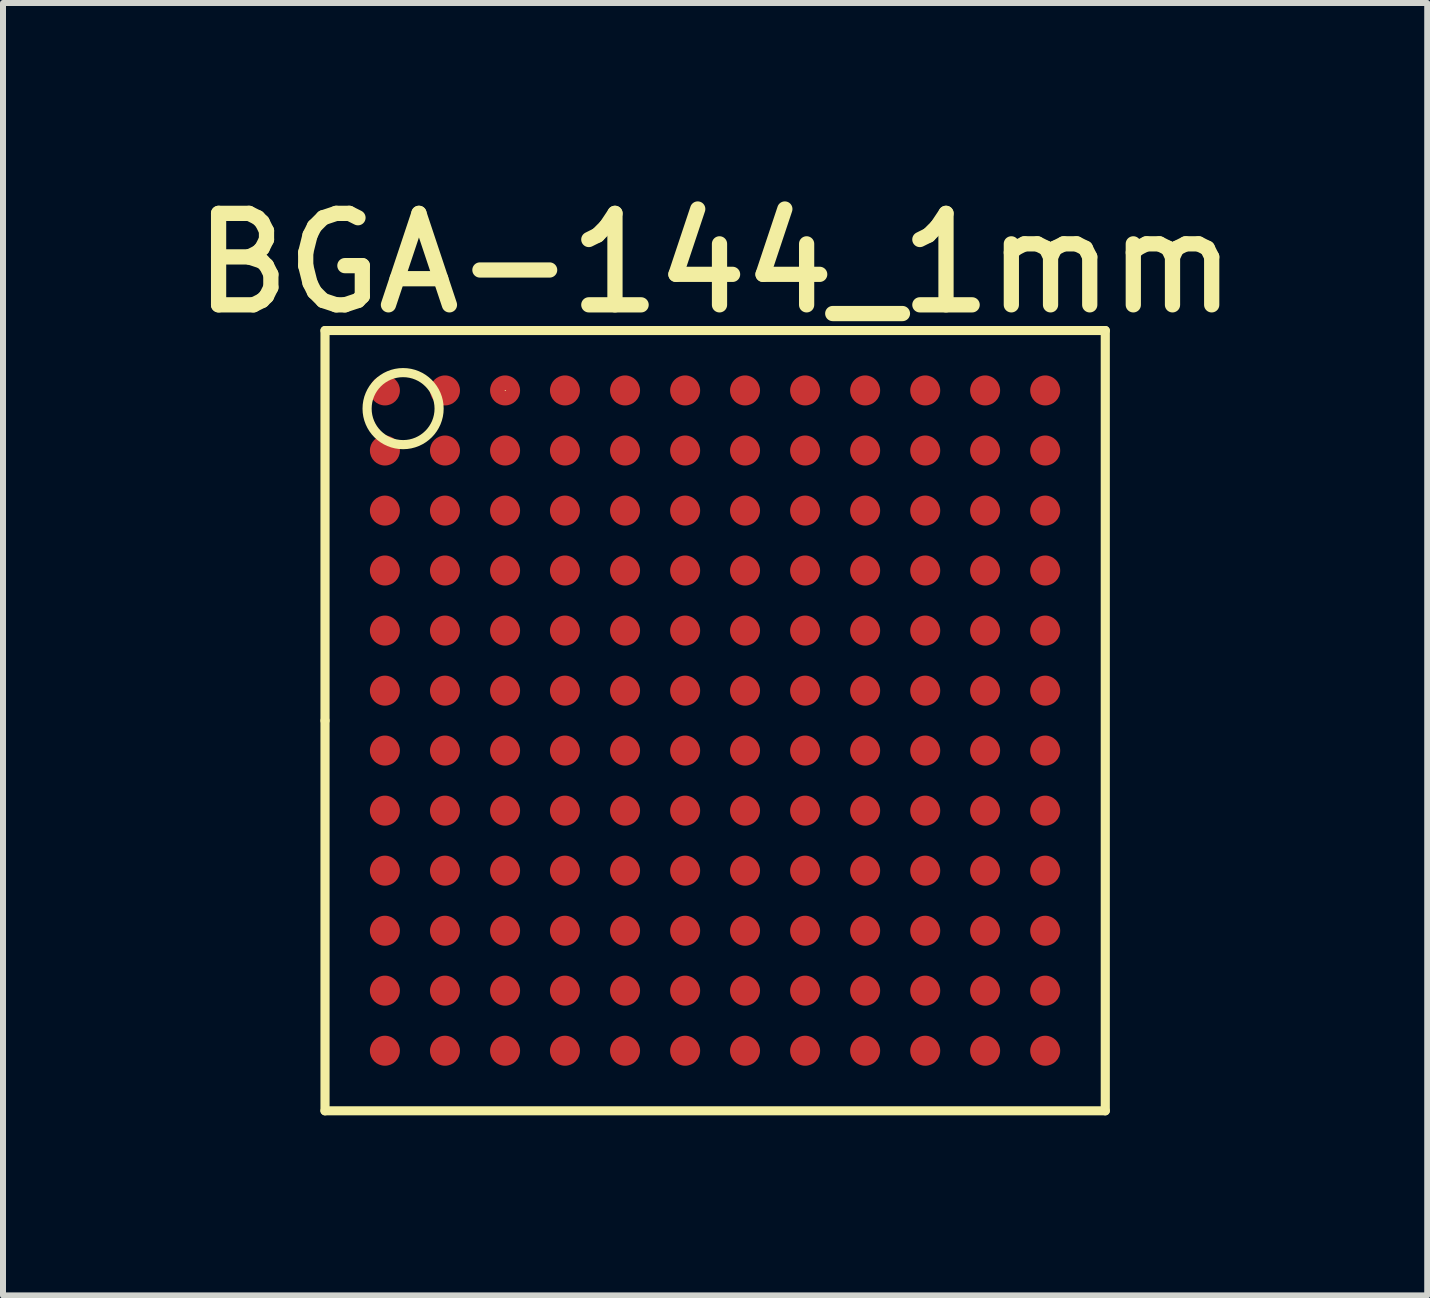
<source format=kicad_pcb>
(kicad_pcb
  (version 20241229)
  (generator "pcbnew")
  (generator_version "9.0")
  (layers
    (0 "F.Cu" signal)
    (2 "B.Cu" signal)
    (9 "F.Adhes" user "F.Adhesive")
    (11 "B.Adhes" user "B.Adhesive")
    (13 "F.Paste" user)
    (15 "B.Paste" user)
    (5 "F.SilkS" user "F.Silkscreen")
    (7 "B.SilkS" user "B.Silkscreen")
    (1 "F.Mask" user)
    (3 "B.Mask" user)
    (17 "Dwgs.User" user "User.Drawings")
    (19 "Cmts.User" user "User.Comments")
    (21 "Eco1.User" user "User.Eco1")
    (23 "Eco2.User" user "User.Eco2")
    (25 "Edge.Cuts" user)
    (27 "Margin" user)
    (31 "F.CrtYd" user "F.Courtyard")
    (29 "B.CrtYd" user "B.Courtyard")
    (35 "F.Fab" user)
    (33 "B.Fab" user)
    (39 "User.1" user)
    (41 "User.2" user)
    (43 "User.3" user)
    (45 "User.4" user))
  (footprint "BGA-144_1mm"
    (layer "F.Cu")
    (at 8.865 8.957)
    (property "Reference" "BGA-144_1mm" (at 0 -7.62 0) (layer "F.SilkS") (effects (font (size 1.524 1.524) (thickness 0.254))))
    (attr smd)
    (fp_line (start -6.5 -6.5) (end 6.5 -6.5) (stroke (width 0.152) (type solid)) (layer "F.SilkS"))
    (fp_line (start -6.5 0) (end -6.5 -6.5) (stroke (width 0.152) (type solid)) (layer "F.SilkS"))
    (fp_line (start -6.5 6.5) (end -6.5 0) (stroke (width 0.152) (type solid)) (layer "F.SilkS"))
    (fp_line (start -3.5 -5.502) (end -3.49 -5.502) (stroke (width 0.013) (type solid)) (layer "F.SilkS"))
    (fp_line (start 6.5 -6.5) (end 6.5 6.5) (stroke (width 0.152) (type solid)) (layer "F.SilkS"))
    (fp_line (start 6.5 6.5) (end -6.5 6.5) (stroke (width 0.152) (type solid)) (layer "F.SilkS"))
    (fp_circle (center -5.199 -5.199) (end -5.199 -5.799) (stroke (width 0.152) (type solid)) (fill no) (layer "F.SilkS"))
    (pad "A1" smd circle (at -5.502 -5.502) (size 0.5 0.5) (layers "F.Cu" "F.Mask" "F.Paste"))
    (pad "A2" smd circle (at -4.501 -5.502) (size 0.5 0.5) (layers "F.Cu" "F.Mask" "F.Paste"))
    (pad "A3" smd circle (at -3.5 -5.502) (size 0.5 0.5) (layers "F.Cu" "F.Mask" "F.Paste"))
    (pad "A4" smd circle (at -2.502 -5.502) (size 0.5 0.5) (layers "F.Cu" "F.Mask" "F.Paste"))
    (pad "A5" smd circle (at -1.501 -5.502) (size 0.5 0.5) (layers "F.Cu" "F.Mask" "F.Paste"))
    (pad "A6" smd circle (at -0.5 -5.502) (size 0.5 0.5) (layers "F.Cu" "F.Mask" "F.Paste"))
    (pad "A7" smd circle (at 0.498 -5.502) (size 0.5 0.5) (layers "F.Cu" "F.Mask" "F.Paste"))
    (pad "A8" smd circle (at 1.499 -5.502) (size 0.5 0.5) (layers "F.Cu" "F.Mask" "F.Paste"))
    (pad "A9" smd circle (at 2.499 -5.502) (size 0.5 0.5) (layers "F.Cu" "F.Mask" "F.Paste"))
    (pad "A10" smd circle (at 3.5 -5.502) (size 0.5 0.5) (layers "F.Cu" "F.Mask" "F.Paste"))
    (pad "A11" smd circle (at 4.498 -5.502) (size 0.5 0.5) (layers "F.Cu" "F.Mask" "F.Paste"))
    (pad "A12" smd circle (at 5.499 -5.502) (size 0.5 0.5) (layers "F.Cu" "F.Mask" "F.Paste"))
    (pad "B1" smd circle (at -5.502 -4.501) (size 0.5 0.5) (layers "F.Cu" "F.Mask" "F.Paste"))
    (pad "B2" smd circle (at -4.501 -4.501) (size 0.5 0.5) (layers "F.Cu" "F.Mask" "F.Paste"))
    (pad "B3" smd circle (at -3.5 -4.501) (size 0.5 0.5) (layers "F.Cu" "F.Mask" "F.Paste"))
    (pad "B4" smd circle (at -2.502 -4.501) (size 0.5 0.5) (layers "F.Cu" "F.Mask" "F.Paste"))
    (pad "B5" smd circle (at -1.501 -4.501) (size 0.5 0.5) (layers "F.Cu" "F.Mask" "F.Paste"))
    (pad "B6" smd circle (at -0.5 -4.501) (size 0.5 0.5) (layers "F.Cu" "F.Mask" "F.Paste"))
    (pad "B7" smd circle (at 0.498 -4.501) (size 0.5 0.5) (layers "F.Cu" "F.Mask" "F.Paste"))
    (pad "B8" smd circle (at 1.499 -4.501) (size 0.5 0.5) (layers "F.Cu" "F.Mask" "F.Paste"))
    (pad "B9" smd circle (at 2.499 -4.501) (size 0.5 0.5) (layers "F.Cu" "F.Mask" "F.Paste"))
    (pad "B10" smd circle (at 3.5 -4.501) (size 0.5 0.5) (layers "F.Cu" "F.Mask" "F.Paste"))
    (pad "B11" smd circle (at 4.498 -4.501) (size 0.5 0.5) (layers "F.Cu" "F.Mask" "F.Paste"))
    (pad "B12" smd circle (at 5.499 -4.501) (size 0.5 0.5) (layers "F.Cu" "F.Mask" "F.Paste"))
    (pad "C1" smd circle (at -5.502 -3.5) (size 0.5 0.5) (layers "F.Cu" "F.Mask" "F.Paste"))
    (pad "C2" smd circle (at -4.501 -3.5) (size 0.5 0.5) (layers "F.Cu" "F.Mask" "F.Paste"))
    (pad "C3" smd circle (at -3.5 -3.5) (size 0.5 0.5) (layers "F.Cu" "F.Mask" "F.Paste"))
    (pad "C4" smd circle (at -2.502 -3.5) (size 0.5 0.5) (layers "F.Cu" "F.Mask" "F.Paste"))
    (pad "C5" smd circle (at -1.501 -3.5) (size 0.5 0.5) (layers "F.Cu" "F.Mask" "F.Paste"))
    (pad "C6" smd circle (at -0.5 -3.5) (size 0.5 0.5) (layers "F.Cu" "F.Mask" "F.Paste"))
    (pad "C7" smd circle (at 0.498 -3.5) (size 0.5 0.5) (layers "F.Cu" "F.Mask" "F.Paste"))
    (pad "C8" smd circle (at 1.499 -3.5) (size 0.5 0.5) (layers "F.Cu" "F.Mask" "F.Paste"))
    (pad "C9" smd circle (at 2.499 -3.5) (size 0.5 0.5) (layers "F.Cu" "F.Mask" "F.Paste"))
    (pad "C10" smd circle (at 3.5 -3.5) (size 0.5 0.5) (layers "F.Cu" "F.Mask" "F.Paste"))
    (pad "C11" smd circle (at 4.498 -3.5) (size 0.5 0.5) (layers "F.Cu" "F.Mask" "F.Paste"))
    (pad "C12" smd circle (at 5.499 -3.5) (size 0.5 0.5) (layers "F.Cu" "F.Mask" "F.Paste"))
    (pad "D1" smd circle (at -5.502 -2.502) (size 0.5 0.5) (layers "F.Cu" "F.Mask" "F.Paste"))
    (pad "D2" smd circle (at -4.501 -2.502) (size 0.5 0.5) (layers "F.Cu" "F.Mask" "F.Paste"))
    (pad "D3" smd circle (at -3.5 -2.502) (size 0.5 0.5) (layers "F.Cu" "F.Mask" "F.Paste"))
    (pad "D4" smd circle (at -2.502 -2.502) (size 0.5 0.5) (layers "F.Cu" "F.Mask" "F.Paste"))
    (pad "D5" smd circle (at -1.501 -2.502) (size 0.5 0.5) (layers "F.Cu" "F.Mask" "F.Paste"))
    (pad "D6" smd circle (at -0.5 -2.502) (size 0.5 0.5) (layers "F.Cu" "F.Mask" "F.Paste"))
    (pad "D7" smd circle (at 0.498 -2.502) (size 0.5 0.5) (layers "F.Cu" "F.Mask" "F.Paste"))
    (pad "D8" smd circle (at 1.499 -2.502) (size 0.5 0.5) (layers "F.Cu" "F.Mask" "F.Paste"))
    (pad "D9" smd circle (at 2.499 -2.502) (size 0.5 0.5) (layers "F.Cu" "F.Mask" "F.Paste"))
    (pad "D10" smd circle (at 3.5 -2.502) (size 0.5 0.5) (layers "F.Cu" "F.Mask" "F.Paste"))
    (pad "D11" smd circle (at 4.498 -2.502) (size 0.5 0.5) (layers "F.Cu" "F.Mask" "F.Paste"))
    (pad "D12" smd circle (at 5.499 -2.502) (size 0.5 0.5) (layers "F.Cu" "F.Mask" "F.Paste"))
    (pad "E1" smd circle (at -5.502 -1.501) (size 0.5 0.5) (layers "F.Cu" "F.Mask" "F.Paste"))
    (pad "E2" smd circle (at -4.501 -1.501) (size 0.5 0.5) (layers "F.Cu" "F.Mask" "F.Paste"))
    (pad "E3" smd circle (at -3.5 -1.501) (size 0.5 0.5) (layers "F.Cu" "F.Mask" "F.Paste"))
    (pad "E4" smd circle (at -2.502 -1.501) (size 0.5 0.5) (layers "F.Cu" "F.Mask" "F.Paste"))
    (pad "E5" smd circle (at -1.501 -1.501) (size 0.5 0.5) (layers "F.Cu" "F.Mask" "F.Paste"))
    (pad "E6" smd circle (at -0.5 -1.501) (size 0.5 0.5) (layers "F.Cu" "F.Mask" "F.Paste"))
    (pad "E7" smd circle (at 0.498 -1.501) (size 0.5 0.5) (layers "F.Cu" "F.Mask" "F.Paste"))
    (pad "E8" smd circle (at 1.499 -1.501) (size 0.5 0.5) (layers "F.Cu" "F.Mask" "F.Paste"))
    (pad "E9" smd circle (at 2.499 -1.501) (size 0.5 0.5) (layers "F.Cu" "F.Mask" "F.Paste"))
    (pad "E10" smd circle (at 3.5 -1.501) (size 0.5 0.5) (layers "F.Cu" "F.Mask" "F.Paste"))
    (pad "E11" smd circle (at 4.498 -1.501) (size 0.5 0.5) (layers "F.Cu" "F.Mask" "F.Paste"))
    (pad "E12" smd circle (at 5.499 -1.501) (size 0.5 0.5) (layers "F.Cu" "F.Mask" "F.Paste"))
    (pad "F1" smd circle (at -5.502 -0.5) (size 0.5 0.5) (layers "F.Cu" "F.Mask" "F.Paste"))
    (pad "F2" smd circle (at -4.501 -0.5) (size 0.5 0.5) (layers "F.Cu" "F.Mask" "F.Paste"))
    (pad "F3" smd circle (at -3.5 -0.5) (size 0.5 0.5) (layers "F.Cu" "F.Mask" "F.Paste"))
    (pad "F4" smd circle (at -2.502 -0.5) (size 0.5 0.5) (layers "F.Cu" "F.Mask" "F.Paste"))
    (pad "F5" smd circle (at -1.501 -0.5) (size 0.5 0.5) (layers "F.Cu" "F.Mask" "F.Paste"))
    (pad "F6" smd circle (at -0.5 -0.5) (size 0.5 0.5) (layers "F.Cu" "F.Mask" "F.Paste"))
    (pad "F7" smd circle (at 0.498 -0.5) (size 0.5 0.5) (layers "F.Cu" "F.Mask" "F.Paste"))
    (pad "F8" smd circle (at 1.499 -0.5) (size 0.5 0.5) (layers "F.Cu" "F.Mask" "F.Paste"))
    (pad "F9" smd circle (at 2.499 -0.5) (size 0.5 0.5) (layers "F.Cu" "F.Mask" "F.Paste"))
    (pad "F10" smd circle (at 3.5 -0.5) (size 0.5 0.5) (layers "F.Cu" "F.Mask" "F.Paste"))
    (pad "F11" smd circle (at 4.498 -0.5) (size 0.5 0.5) (layers "F.Cu" "F.Mask" "F.Paste"))
    (pad "F12" smd circle (at 5.499 -0.5) (size 0.5 0.5) (layers "F.Cu" "F.Mask" "F.Paste"))
    (pad "G1" smd circle (at -5.502 0.498) (size 0.5 0.5) (layers "F.Cu" "F.Mask" "F.Paste"))
    (pad "G2" smd circle (at -4.501 0.498) (size 0.5 0.5) (layers "F.Cu" "F.Mask" "F.Paste"))
    (pad "G3" smd circle (at -3.5 0.498) (size 0.5 0.5) (layers "F.Cu" "F.Mask" "F.Paste"))
    (pad "G4" smd circle (at -2.502 0.498) (size 0.5 0.5) (layers "F.Cu" "F.Mask" "F.Paste"))
    (pad "G5" smd circle (at -1.501 0.498) (size 0.5 0.5) (layers "F.Cu" "F.Mask" "F.Paste"))
    (pad "G6" smd circle (at -0.5 0.498) (size 0.5 0.5) (layers "F.Cu" "F.Mask" "F.Paste"))
    (pad "G7" smd circle (at 0.498 0.498) (size 0.5 0.5) (layers "F.Cu" "F.Mask" "F.Paste"))
    (pad "G8" smd circle (at 1.499 0.498) (size 0.5 0.5) (layers "F.Cu" "F.Mask" "F.Paste"))
    (pad "G9" smd circle (at 2.499 0.498) (size 0.5 0.5) (layers "F.Cu" "F.Mask" "F.Paste"))
    (pad "G10" smd circle (at 3.5 0.498) (size 0.5 0.5) (layers "F.Cu" "F.Mask" "F.Paste"))
    (pad "G11" smd circle (at 4.498 0.498) (size 0.5 0.5) (layers "F.Cu" "F.Mask" "F.Paste"))
    (pad "G12" smd circle (at 5.499 0.498) (size 0.5 0.5) (layers "F.Cu" "F.Mask" "F.Paste"))
    (pad "H1" smd circle (at -5.502 1.499) (size 0.5 0.5) (layers "F.Cu" "F.Mask" "F.Paste"))
    (pad "H2" smd circle (at -4.501 1.499) (size 0.5 0.5) (layers "F.Cu" "F.Mask" "F.Paste"))
    (pad "H3" smd circle (at -3.5 1.499) (size 0.5 0.5) (layers "F.Cu" "F.Mask" "F.Paste"))
    (pad "H4" smd circle (at -2.502 1.499) (size 0.5 0.5) (layers "F.Cu" "F.Mask" "F.Paste"))
    (pad "H5" smd circle (at -1.501 1.499) (size 0.5 0.5) (layers "F.Cu" "F.Mask" "F.Paste"))
    (pad "H6" smd circle (at -0.5 1.499) (size 0.5 0.5) (layers "F.Cu" "F.Mask" "F.Paste"))
    (pad "H7" smd circle (at 0.498 1.499) (size 0.5 0.5) (layers "F.Cu" "F.Mask" "F.Paste"))
    (pad "H8" smd circle (at 1.499 1.499) (size 0.5 0.5) (layers "F.Cu" "F.Mask" "F.Paste"))
    (pad "H9" smd circle (at 2.499 1.499) (size 0.5 0.5) (layers "F.Cu" "F.Mask" "F.Paste"))
    (pad "H10" smd circle (at 3.5 1.499) (size 0.5 0.5) (layers "F.Cu" "F.Mask" "F.Paste"))
    (pad "H11" smd circle (at 4.498 1.499) (size 0.5 0.5) (layers "F.Cu" "F.Mask" "F.Paste"))
    (pad "H12" smd circle (at 5.499 1.499) (size 0.5 0.5) (layers "F.Cu" "F.Mask" "F.Paste"))
    (pad "J1" smd circle (at -5.502 2.499) (size 0.5 0.5) (layers "F.Cu" "F.Mask" "F.Paste"))
    (pad "J2" smd circle (at -4.501 2.499) (size 0.5 0.5) (layers "F.Cu" "F.Mask" "F.Paste"))
    (pad "J3" smd circle (at -3.5 2.499) (size 0.5 0.5) (layers "F.Cu" "F.Mask" "F.Paste"))
    (pad "J4" smd circle (at -2.502 2.499) (size 0.5 0.5) (layers "F.Cu" "F.Mask" "F.Paste"))
    (pad "J5" smd circle (at -1.501 2.499) (size 0.5 0.5) (layers "F.Cu" "F.Mask" "F.Paste"))
    (pad "J6" smd circle (at -0.5 2.499) (size 0.5 0.5) (layers "F.Cu" "F.Mask" "F.Paste"))
    (pad "J7" smd circle (at 0.498 2.499) (size 0.5 0.5) (layers "F.Cu" "F.Mask" "F.Paste"))
    (pad "J8" smd circle (at 1.499 2.499) (size 0.5 0.5) (layers "F.Cu" "F.Mask" "F.Paste"))
    (pad "J9" smd circle (at 2.499 2.499) (size 0.5 0.5) (layers "F.Cu" "F.Mask" "F.Paste"))
    (pad "J10" smd circle (at 3.5 2.499) (size 0.5 0.5) (layers "F.Cu" "F.Mask" "F.Paste"))
    (pad "J11" smd circle (at 4.498 2.499) (size 0.5 0.5) (layers "F.Cu" "F.Mask" "F.Paste"))
    (pad "J12" smd circle (at 5.499 2.499) (size 0.5 0.5) (layers "F.Cu" "F.Mask" "F.Paste"))
    (pad "K1" smd circle (at -5.502 3.5) (size 0.5 0.5) (layers "F.Cu" "F.Mask" "F.Paste"))
    (pad "K2" smd circle (at -4.501 3.5) (size 0.5 0.5) (layers "F.Cu" "F.Mask" "F.Paste"))
    (pad "K3" smd circle (at -3.5 3.5) (size 0.5 0.5) (layers "F.Cu" "F.Mask" "F.Paste"))
    (pad "K4" smd circle (at -2.502 3.5) (size 0.5 0.5) (layers "F.Cu" "F.Mask" "F.Paste"))
    (pad "K5" smd circle (at -1.501 3.5) (size 0.5 0.5) (layers "F.Cu" "F.Mask" "F.Paste"))
    (pad "K6" smd circle (at -0.5 3.5) (size 0.5 0.5) (layers "F.Cu" "F.Mask" "F.Paste"))
    (pad "K7" smd circle (at 0.498 3.5) (size 0.5 0.5) (layers "F.Cu" "F.Mask" "F.Paste"))
    (pad "K8" smd circle (at 1.499 3.5) (size 0.5 0.5) (layers "F.Cu" "F.Mask" "F.Paste"))
    (pad "K9" smd circle (at 2.499 3.5) (size 0.5 0.5) (layers "F.Cu" "F.Mask" "F.Paste"))
    (pad "K10" smd circle (at 3.5 3.5) (size 0.5 0.5) (layers "F.Cu" "F.Mask" "F.Paste"))
    (pad "K11" smd circle (at 4.498 3.5) (size 0.5 0.5) (layers "F.Cu" "F.Mask" "F.Paste"))
    (pad "K12" smd circle (at 5.499 3.5) (size 0.5 0.5) (layers "F.Cu" "F.Mask" "F.Paste"))
    (pad "L1" smd circle (at -5.502 4.498) (size 0.5 0.5) (layers "F.Cu" "F.Mask" "F.Paste"))
    (pad "L2" smd circle (at -4.501 4.498) (size 0.5 0.5) (layers "F.Cu" "F.Mask" "F.Paste"))
    (pad "L3" smd circle (at -3.5 4.498) (size 0.5 0.5) (layers "F.Cu" "F.Mask" "F.Paste"))
    (pad "L4" smd circle (at -2.502 4.498) (size 0.5 0.5) (layers "F.Cu" "F.Mask" "F.Paste"))
    (pad "L5" smd circle (at -1.501 4.498) (size 0.5 0.5) (layers "F.Cu" "F.Mask" "F.Paste"))
    (pad "L6" smd circle (at -0.5 4.498) (size 0.5 0.5) (layers "F.Cu" "F.Mask" "F.Paste"))
    (pad "L7" smd circle (at 0.498 4.498) (size 0.5 0.5) (layers "F.Cu" "F.Mask" "F.Paste"))
    (pad "L8" smd circle (at 1.499 4.498) (size 0.5 0.5) (layers "F.Cu" "F.Mask" "F.Paste"))
    (pad "L9" smd circle (at 2.499 4.498) (size 0.5 0.5) (layers "F.Cu" "F.Mask" "F.Paste"))
    (pad "L10" smd circle (at 3.5 4.498) (size 0.5 0.5) (layers "F.Cu" "F.Mask" "F.Paste"))
    (pad "L11" smd circle (at 4.498 4.498) (size 0.5 0.5) (layers "F.Cu" "F.Mask" "F.Paste"))
    (pad "L12" smd circle (at 5.499 4.498) (size 0.5 0.5) (layers "F.Cu" "F.Mask" "F.Paste"))
    (pad "M1" smd circle (at -5.502 5.499) (size 0.5 0.5) (layers "F.Cu" "F.Mask" "F.Paste"))
    (pad "M2" smd circle (at -4.501 5.499) (size 0.5 0.5) (layers "F.Cu" "F.Mask" "F.Paste"))
    (pad "M3" smd circle (at -3.5 5.499) (size 0.5 0.5) (layers "F.Cu" "F.Mask" "F.Paste"))
    (pad "M4" smd circle (at -2.502 5.499) (size 0.5 0.5) (layers "F.Cu" "F.Mask" "F.Paste"))
    (pad "M5" smd circle (at -1.501 5.499) (size 0.5 0.5) (layers "F.Cu" "F.Mask" "F.Paste"))
    (pad "M6" smd circle (at -0.5 5.499) (size 0.5 0.5) (layers "F.Cu" "F.Mask" "F.Paste"))
    (pad "M7" smd circle (at 0.498 5.499) (size 0.5 0.5) (layers "F.Cu" "F.Mask" "F.Paste"))
    (pad "M8" smd circle (at 1.499 5.499) (size 0.5 0.5) (layers "F.Cu" "F.Mask" "F.Paste"))
    (pad "M9" smd circle (at 2.499 5.499) (size 0.5 0.5) (layers "F.Cu" "F.Mask" "F.Paste"))
    (pad "M10" smd circle (at 3.5 5.499) (size 0.5 0.5) (layers "F.Cu" "F.Mask" "F.Paste"))
    (pad "M11" smd circle (at 4.498 5.499) (size 0.5 0.5) (layers "F.Cu" "F.Mask" "F.Paste"))
    (pad "M12" smd circle (at 5.499 5.499) (size 0.5 0.5) (layers "F.Cu" "F.Mask" "F.Paste")))
  (gr_rect
    (start -3 -3)
    (end 20.729 18.533)
    (stroke (width 0.1) (type default))
    (fill no)
    (layer "Edge.Cuts")))
</source>
